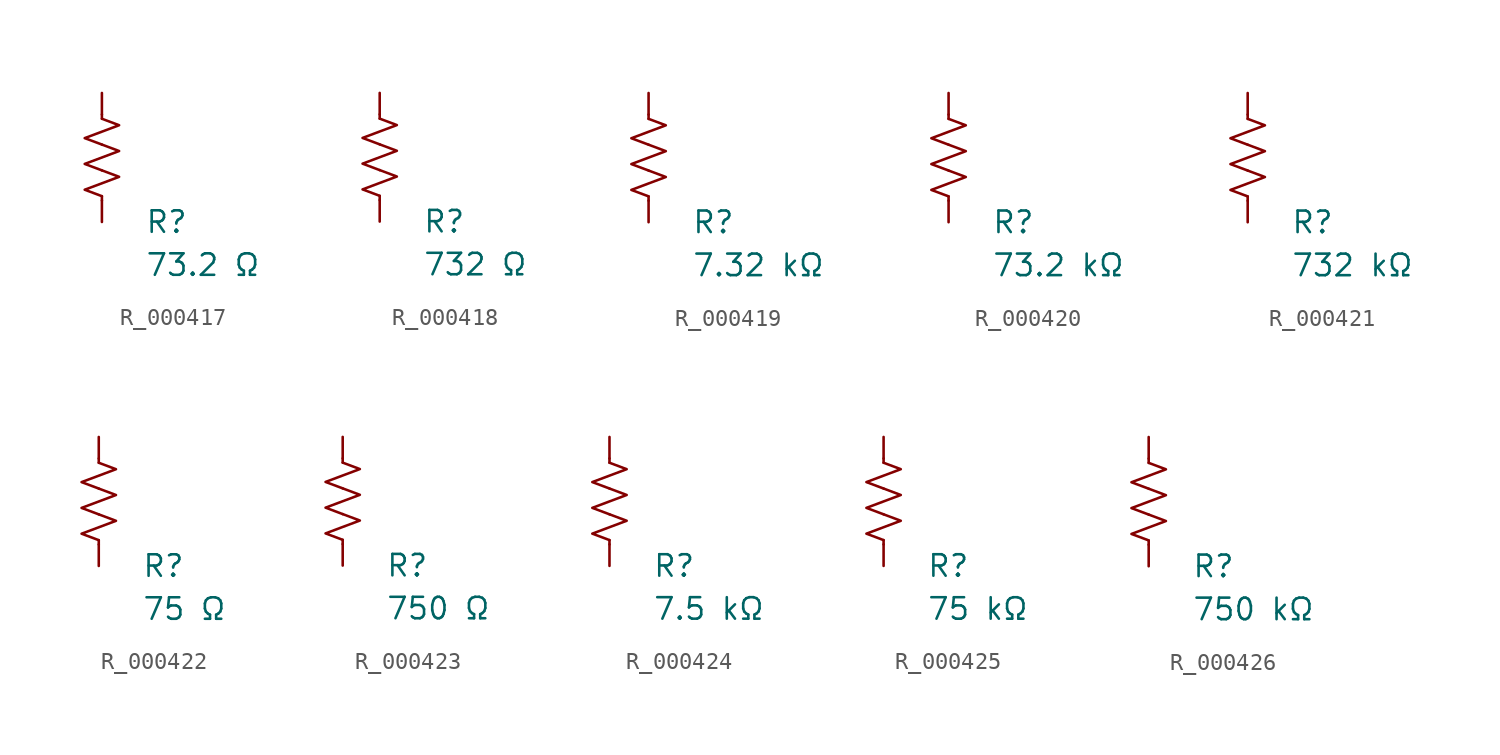
<source format=kicad_sym>
(kicad_symbol_lib
  (version 20231120)
  (generator "kicad_symbol_editor")
  (generator_version "8.0")
  (symbol "R_000417"
    (pin_numbers hide)
    (pin_names
      (offset 0))
    (property "Reference" "R"
      (at 2.54 -3.81 0)
      (effects (font (size 1.27 1.27)) (justify left))
      (show_name no))
    (property "Value" "73.2 Ω"
      (at 2.54 -6.35 0)
      (effects (font (size 1.27 1.27)) (justify left))
      (show_name no))
    (symbol "R_000417_0_1"
      (polyline (pts (xy 0 -2.286) (xy 0 -2.54)) (stroke (width 0) (type default)) (fill (type none)))
      (polyline (pts (xy 0 2.286) (xy 0 2.54)) (stroke (width 0) (type default)) (fill (type none)))
      (polyline (pts (xy 0 -0.762) (xy 1.016 -1.143) (xy 0 -1.524) (xy -1.016 -1.905) (xy 0 -2.286)) (stroke (width 0) (type default)) (fill (type none)))
      (polyline (pts (xy 0 0.762) (xy 1.016 0.381) (xy 0 0) (xy -1.016 -0.381) (xy 0 -0.762)) (stroke (width 0) (type default)) (fill (type none)))
      (polyline (pts (xy 0 2.286) (xy 1.016 1.905) (xy 0 1.524) (xy -1.016 1.143) (xy 0 0.762)) (stroke (width 0) (type default)) (fill (type none))))
    (symbol "R_000417_1_1"
      (pin passive line (at 0 3.81 270) (length 1.27) (name "~" (effects (font (size 1.27 1.27)))) (number "1" (effects (font (size 1.27 1.27)))))
      (pin passive line (at 0 -3.81 90) (length 1.27) (name "~" (effects (font (size 1.27 1.27)))) (number "2" (effects (font (size 1.27 1.27)))))))
  (symbol "R_000418"
    (pin_numbers hide)
    (pin_names
      (offset 0))
    (property "Reference" "R"
      (at 2.54 -3.81 0)
      (effects (font (size 1.27 1.27)) (justify left))
      (show_name no))
    (property "Value" "732 Ω"
      (at 2.54 -6.35 0)
      (effects (font (size 1.27 1.27)) (justify left))
      (show_name no))
    (symbol "R_000418_0_1"
      (polyline (pts (xy 0 -2.286) (xy 0 -2.54)) (stroke (width 0) (type default)) (fill (type none)))
      (polyline (pts (xy 0 2.286) (xy 0 2.54)) (stroke (width 0) (type default)) (fill (type none)))
      (polyline (pts (xy 0 -0.762) (xy 1.016 -1.143) (xy 0 -1.524) (xy -1.016 -1.905) (xy 0 -2.286)) (stroke (width 0) (type default)) (fill (type none)))
      (polyline (pts (xy 0 0.762) (xy 1.016 0.381) (xy 0 0) (xy -1.016 -0.381) (xy 0 -0.762)) (stroke (width 0) (type default)) (fill (type none)))
      (polyline (pts (xy 0 2.286) (xy 1.016 1.905) (xy 0 1.524) (xy -1.016 1.143) (xy 0 0.762)) (stroke (width 0) (type default)) (fill (type none))))
    (symbol "R_000418_1_1"
      (pin passive line (at 0 3.81 270) (length 1.27) (name "~" (effects (font (size 1.27 1.27)))) (number "1" (effects (font (size 1.27 1.27)))))
      (pin passive line (at 0 -3.81 90) (length 1.27) (name "~" (effects (font (size 1.27 1.27)))) (number "2" (effects (font (size 1.27 1.27)))))))
  (symbol "R_000419"
    (pin_numbers hide)
    (pin_names
      (offset 0))
    (property "Reference" "R"
      (at 2.54 -3.81 0)
      (effects (font (size 1.27 1.27)) (justify left))
      (show_name no))
    (property "Value" "7.32 kΩ"
      (at 2.54 -6.35 0)
      (effects (font (size 1.27 1.27)) (justify left))
      (show_name no))
    (symbol "R_000419_0_1"
      (polyline (pts (xy 0 -2.286) (xy 0 -2.54)) (stroke (width 0) (type default)) (fill (type none)))
      (polyline (pts (xy 0 2.286) (xy 0 2.54)) (stroke (width 0) (type default)) (fill (type none)))
      (polyline (pts (xy 0 -0.762) (xy 1.016 -1.143) (xy 0 -1.524) (xy -1.016 -1.905) (xy 0 -2.286)) (stroke (width 0) (type default)) (fill (type none)))
      (polyline (pts (xy 0 0.762) (xy 1.016 0.381) (xy 0 0) (xy -1.016 -0.381) (xy 0 -0.762)) (stroke (width 0) (type default)) (fill (type none)))
      (polyline (pts (xy 0 2.286) (xy 1.016 1.905) (xy 0 1.524) (xy -1.016 1.143) (xy 0 0.762)) (stroke (width 0) (type default)) (fill (type none))))
    (symbol "R_000419_1_1"
      (pin passive line (at 0 3.81 270) (length 1.27) (name "~" (effects (font (size 1.27 1.27)))) (number "1" (effects (font (size 1.27 1.27)))))
      (pin passive line (at 0 -3.81 90) (length 1.27) (name "~" (effects (font (size 1.27 1.27)))) (number "2" (effects (font (size 1.27 1.27)))))))
  (symbol "R_000420"
    (pin_numbers hide)
    (pin_names
      (offset 0))
    (property "Reference" "R"
      (at 2.54 -3.81 0)
      (effects (font (size 1.27 1.27)) (justify left))
      (show_name no))
    (property "Value" "73.2 kΩ"
      (at 2.54 -6.35 0)
      (effects (font (size 1.27 1.27)) (justify left))
      (show_name no))
    (symbol "R_000420_0_1"
      (polyline (pts (xy 0 -2.286) (xy 0 -2.54)) (stroke (width 0) (type default)) (fill (type none)))
      (polyline (pts (xy 0 2.286) (xy 0 2.54)) (stroke (width 0) (type default)) (fill (type none)))
      (polyline (pts (xy 0 -0.762) (xy 1.016 -1.143) (xy 0 -1.524) (xy -1.016 -1.905) (xy 0 -2.286)) (stroke (width 0) (type default)) (fill (type none)))
      (polyline (pts (xy 0 0.762) (xy 1.016 0.381) (xy 0 0) (xy -1.016 -0.381) (xy 0 -0.762)) (stroke (width 0) (type default)) (fill (type none)))
      (polyline (pts (xy 0 2.286) (xy 1.016 1.905) (xy 0 1.524) (xy -1.016 1.143) (xy 0 0.762)) (stroke (width 0) (type default)) (fill (type none))))
    (symbol "R_000420_1_1"
      (pin passive line (at 0 3.81 270) (length 1.27) (name "~" (effects (font (size 1.27 1.27)))) (number "1" (effects (font (size 1.27 1.27)))))
      (pin passive line (at 0 -3.81 90) (length 1.27) (name "~" (effects (font (size 1.27 1.27)))) (number "2" (effects (font (size 1.27 1.27)))))))
  (symbol "R_000421"
    (pin_numbers hide)
    (pin_names
      (offset 0))
    (property "Reference" "R"
      (at 2.54 -3.81 0)
      (effects (font (size 1.27 1.27)) (justify left))
      (show_name no))
    (property "Value" "732 kΩ"
      (at 2.54 -6.35 0)
      (effects (font (size 1.27 1.27)) (justify left))
      (show_name no))
    (symbol "R_000421_0_1"
      (polyline (pts (xy 0 -2.286) (xy 0 -2.54)) (stroke (width 0) (type default)) (fill (type none)))
      (polyline (pts (xy 0 2.286) (xy 0 2.54)) (stroke (width 0) (type default)) (fill (type none)))
      (polyline (pts (xy 0 -0.762) (xy 1.016 -1.143) (xy 0 -1.524) (xy -1.016 -1.905) (xy 0 -2.286)) (stroke (width 0) (type default)) (fill (type none)))
      (polyline (pts (xy 0 0.762) (xy 1.016 0.381) (xy 0 0) (xy -1.016 -0.381) (xy 0 -0.762)) (stroke (width 0) (type default)) (fill (type none)))
      (polyline (pts (xy 0 2.286) (xy 1.016 1.905) (xy 0 1.524) (xy -1.016 1.143) (xy 0 0.762)) (stroke (width 0) (type default)) (fill (type none))))
    (symbol "R_000421_1_1"
      (pin passive line (at 0 3.81 270) (length 1.27) (name "~" (effects (font (size 1.27 1.27)))) (number "1" (effects (font (size 1.27 1.27)))))
      (pin passive line (at 0 -3.81 90) (length 1.27) (name "~" (effects (font (size 1.27 1.27)))) (number "2" (effects (font (size 1.27 1.27)))))))
  (symbol "R_000422"
    (pin_numbers hide)
    (pin_names
      (offset 0))
    (property "Reference" "R"
      (at 2.54 -3.81 0)
      (effects (font (size 1.27 1.27)) (justify left))
      (show_name no))
    (property "Value" "75 Ω"
      (at 2.54 -6.35 0)
      (effects (font (size 1.27 1.27)) (justify left))
      (show_name no))
    (symbol "R_000422_0_1"
      (polyline (pts (xy 0 -2.286) (xy 0 -2.54)) (stroke (width 0) (type default)) (fill (type none)))
      (polyline (pts (xy 0 2.286) (xy 0 2.54)) (stroke (width 0) (type default)) (fill (type none)))
      (polyline (pts (xy 0 -0.762) (xy 1.016 -1.143) (xy 0 -1.524) (xy -1.016 -1.905) (xy 0 -2.286)) (stroke (width 0) (type default)) (fill (type none)))
      (polyline (pts (xy 0 0.762) (xy 1.016 0.381) (xy 0 0) (xy -1.016 -0.381) (xy 0 -0.762)) (stroke (width 0) (type default)) (fill (type none)))
      (polyline (pts (xy 0 2.286) (xy 1.016 1.905) (xy 0 1.524) (xy -1.016 1.143) (xy 0 0.762)) (stroke (width 0) (type default)) (fill (type none))))
    (symbol "R_000422_1_1"
      (pin passive line (at 0 3.81 270) (length 1.27) (name "~" (effects (font (size 1.27 1.27)))) (number "1" (effects (font (size 1.27 1.27)))))
      (pin passive line (at 0 -3.81 90) (length 1.27) (name "~" (effects (font (size 1.27 1.27)))) (number "2" (effects (font (size 1.27 1.27)))))))
  (symbol "R_000423"
    (pin_numbers hide)
    (pin_names
      (offset 0))
    (property "Reference" "R"
      (at 2.54 -3.81 0)
      (effects (font (size 1.27 1.27)) (justify left))
      (show_name no))
    (property "Value" "750 Ω"
      (at 2.54 -6.35 0)
      (effects (font (size 1.27 1.27)) (justify left))
      (show_name no))
    (symbol "R_000423_0_1"
      (polyline (pts (xy 0 -2.286) (xy 0 -2.54)) (stroke (width 0) (type default)) (fill (type none)))
      (polyline (pts (xy 0 2.286) (xy 0 2.54)) (stroke (width 0) (type default)) (fill (type none)))
      (polyline (pts (xy 0 -0.762) (xy 1.016 -1.143) (xy 0 -1.524) (xy -1.016 -1.905) (xy 0 -2.286)) (stroke (width 0) (type default)) (fill (type none)))
      (polyline (pts (xy 0 0.762) (xy 1.016 0.381) (xy 0 0) (xy -1.016 -0.381) (xy 0 -0.762)) (stroke (width 0) (type default)) (fill (type none)))
      (polyline (pts (xy 0 2.286) (xy 1.016 1.905) (xy 0 1.524) (xy -1.016 1.143) (xy 0 0.762)) (stroke (width 0) (type default)) (fill (type none))))
    (symbol "R_000423_1_1"
      (pin passive line (at 0 3.81 270) (length 1.27) (name "~" (effects (font (size 1.27 1.27)))) (number "1" (effects (font (size 1.27 1.27)))))
      (pin passive line (at 0 -3.81 90) (length 1.27) (name "~" (effects (font (size 1.27 1.27)))) (number "2" (effects (font (size 1.27 1.27)))))))
  (symbol "R_000424"
    (pin_numbers hide)
    (pin_names
      (offset 0))
    (property "Reference" "R"
      (at 2.54 -3.81 0)
      (effects (font (size 1.27 1.27)) (justify left))
      (show_name no))
    (property "Value" "7.5 kΩ"
      (at 2.54 -6.35 0)
      (effects (font (size 1.27 1.27)) (justify left))
      (show_name no))
    (symbol "R_000424_0_1"
      (polyline (pts (xy 0 -2.286) (xy 0 -2.54)) (stroke (width 0) (type default)) (fill (type none)))
      (polyline (pts (xy 0 2.286) (xy 0 2.54)) (stroke (width 0) (type default)) (fill (type none)))
      (polyline (pts (xy 0 -0.762) (xy 1.016 -1.143) (xy 0 -1.524) (xy -1.016 -1.905) (xy 0 -2.286)) (stroke (width 0) (type default)) (fill (type none)))
      (polyline (pts (xy 0 0.762) (xy 1.016 0.381) (xy 0 0) (xy -1.016 -0.381) (xy 0 -0.762)) (stroke (width 0) (type default)) (fill (type none)))
      (polyline (pts (xy 0 2.286) (xy 1.016 1.905) (xy 0 1.524) (xy -1.016 1.143) (xy 0 0.762)) (stroke (width 0) (type default)) (fill (type none))))
    (symbol "R_000424_1_1"
      (pin passive line (at 0 3.81 270) (length 1.27) (name "~" (effects (font (size 1.27 1.27)))) (number "1" (effects (font (size 1.27 1.27)))))
      (pin passive line (at 0 -3.81 90) (length 1.27) (name "~" (effects (font (size 1.27 1.27)))) (number "2" (effects (font (size 1.27 1.27)))))))
  (symbol "R_000425"
    (pin_numbers hide)
    (pin_names
      (offset 0))
    (property "Reference" "R"
      (at 2.54 -3.81 0)
      (effects (font (size 1.27 1.27)) (justify left))
      (show_name no))
    (property "Value" "75 kΩ"
      (at 2.54 -6.35 0)
      (effects (font (size 1.27 1.27)) (justify left))
      (show_name no))
    (symbol "R_000425_0_1"
      (polyline (pts (xy 0 -2.286) (xy 0 -2.54)) (stroke (width 0) (type default)) (fill (type none)))
      (polyline (pts (xy 0 2.286) (xy 0 2.54)) (stroke (width 0) (type default)) (fill (type none)))
      (polyline (pts (xy 0 -0.762) (xy 1.016 -1.143) (xy 0 -1.524) (xy -1.016 -1.905) (xy 0 -2.286)) (stroke (width 0) (type default)) (fill (type none)))
      (polyline (pts (xy 0 0.762) (xy 1.016 0.381) (xy 0 0) (xy -1.016 -0.381) (xy 0 -0.762)) (stroke (width 0) (type default)) (fill (type none)))
      (polyline (pts (xy 0 2.286) (xy 1.016 1.905) (xy 0 1.524) (xy -1.016 1.143) (xy 0 0.762)) (stroke (width 0) (type default)) (fill (type none))))
    (symbol "R_000425_1_1"
      (pin passive line (at 0 3.81 270) (length 1.27) (name "~" (effects (font (size 1.27 1.27)))) (number "1" (effects (font (size 1.27 1.27)))))
      (pin passive line (at 0 -3.81 90) (length 1.27) (name "~" (effects (font (size 1.27 1.27)))) (number "2" (effects (font (size 1.27 1.27)))))))
  (symbol "R_000426"
    (pin_numbers hide)
    (pin_names
      (offset 0))
    (property "Reference" "R"
      (at 2.54 -3.81 0)
      (effects (font (size 1.27 1.27)) (justify left))
      (show_name no))
    (property "Value" "750 kΩ"
      (at 2.54 -6.35 0)
      (effects (font (size 1.27 1.27)) (justify left))
      (show_name no))
    (symbol "R_000426_0_1"
      (polyline (pts (xy 0 -2.286) (xy 0 -2.54)) (stroke (width 0) (type default)) (fill (type none)))
      (polyline (pts (xy 0 2.286) (xy 0 2.54)) (stroke (width 0) (type default)) (fill (type none)))
      (polyline (pts (xy 0 -0.762) (xy 1.016 -1.143) (xy 0 -1.524) (xy -1.016 -1.905) (xy 0 -2.286)) (stroke (width 0) (type default)) (fill (type none)))
      (polyline (pts (xy 0 0.762) (xy 1.016 0.381) (xy 0 0) (xy -1.016 -0.381) (xy 0 -0.762)) (stroke (width 0) (type default)) (fill (type none)))
      (polyline (pts (xy 0 2.286) (xy 1.016 1.905) (xy 0 1.524) (xy -1.016 1.143) (xy 0 0.762)) (stroke (width 0) (type default)) (fill (type none))))
    (symbol "R_000426_1_1"
      (pin passive line (at 0 3.81 270) (length 1.27) (name "~" (effects (font (size 1.27 1.27)))) (number "1" (effects (font (size 1.27 1.27)))))
      (pin passive line (at 0 -3.81 90) (length 1.27) (name "~" (effects (font (size 1.27 1.27)))) (number "2" (effects (font (size 1.27 1.27))))))))
</source>
